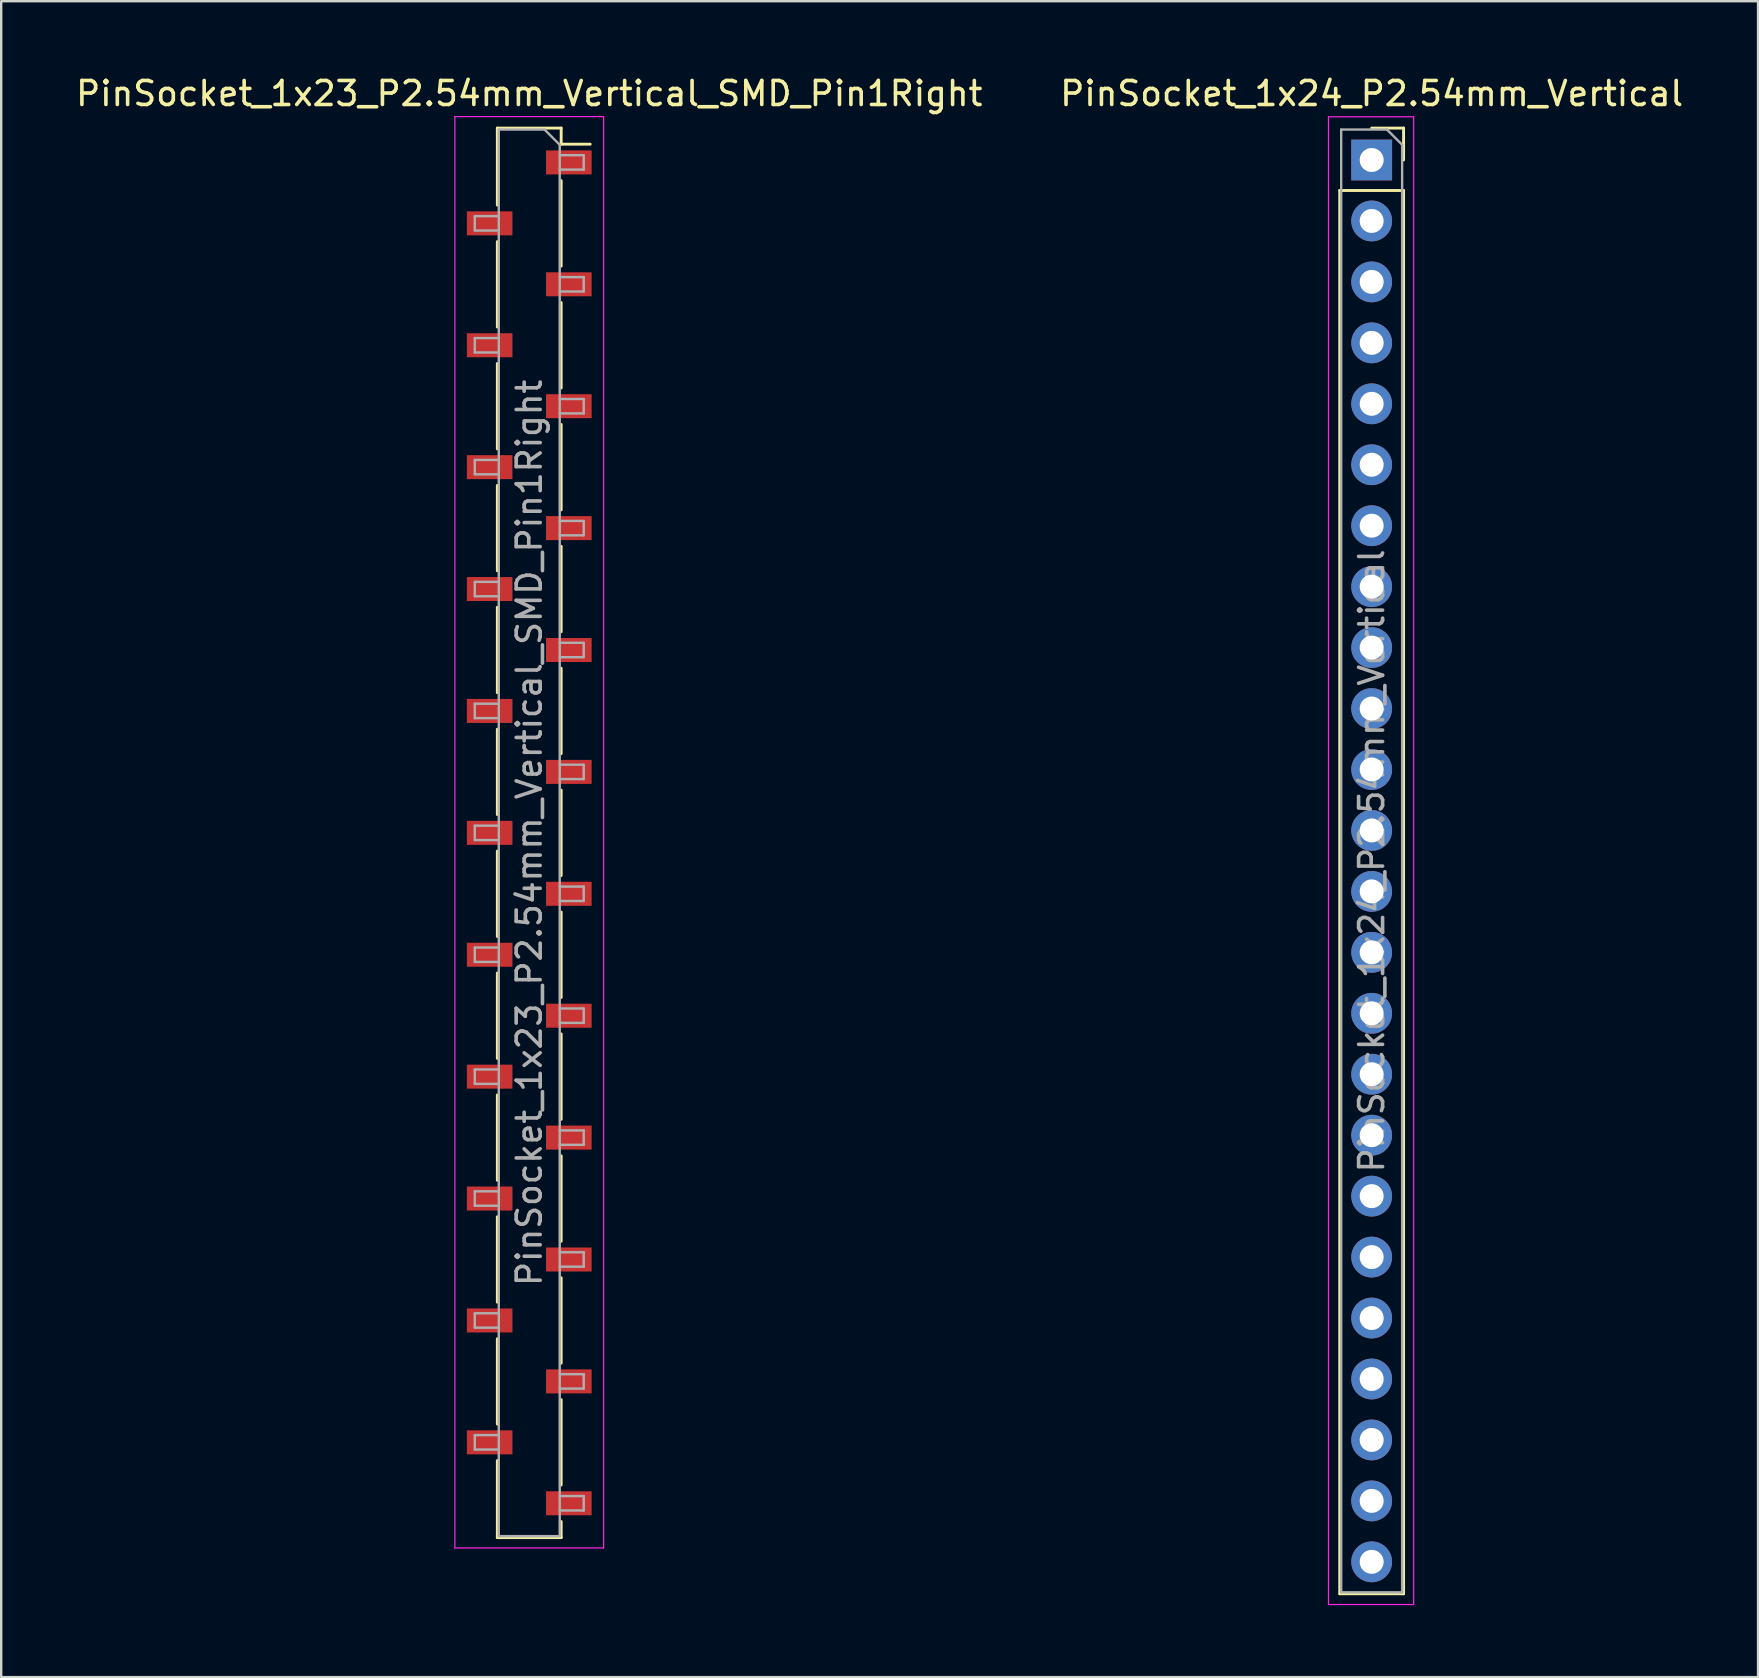
<source format=kicad_pcb>
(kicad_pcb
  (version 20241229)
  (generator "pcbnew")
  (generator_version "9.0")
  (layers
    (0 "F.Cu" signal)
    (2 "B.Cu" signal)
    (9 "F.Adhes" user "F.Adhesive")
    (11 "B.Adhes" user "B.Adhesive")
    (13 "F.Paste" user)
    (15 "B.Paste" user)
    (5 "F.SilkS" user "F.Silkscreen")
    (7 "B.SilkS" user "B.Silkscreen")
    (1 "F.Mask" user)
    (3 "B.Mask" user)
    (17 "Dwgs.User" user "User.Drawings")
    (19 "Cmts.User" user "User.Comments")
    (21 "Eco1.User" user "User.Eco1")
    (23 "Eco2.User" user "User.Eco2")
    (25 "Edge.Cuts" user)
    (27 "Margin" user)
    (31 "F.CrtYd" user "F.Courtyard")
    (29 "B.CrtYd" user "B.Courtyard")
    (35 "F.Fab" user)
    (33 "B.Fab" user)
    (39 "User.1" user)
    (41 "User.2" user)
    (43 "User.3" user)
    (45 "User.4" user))
  (footprint "PinSocket_1x23_P2.54mm_Vertical_SMD_Pin1Right"
    (layer "F.Cu")
    (at 19.006 31.658)
    (property "Reference" "PinSocket_1x23_P2.54mm_Vertical_SMD_Pin1Right" (at 0 -30.81 0) (layer "F.SilkS") (effects (font (size 1 1) (thickness 0.15))))
    (attr smd)
    (fp_line (start -1.33 -29.37) (end -1.33 -26.16) (stroke (width 0.12) (type solid)) (layer "F.SilkS"))
    (fp_line (start -1.33 -29.37) (end 1.33 -29.37) (stroke (width 0.12) (type solid)) (layer "F.SilkS"))
    (fp_line (start -1.33 -24.64) (end -1.33 -21.08) (stroke (width 0.12) (type solid)) (layer "F.SilkS"))
    (fp_line (start -1.33 -19.56) (end -1.33 -16) (stroke (width 0.12) (type solid)) (layer "F.SilkS"))
    (fp_line (start -1.33 -14.48) (end -1.33 -10.92) (stroke (width 0.12) (type solid)) (layer "F.SilkS"))
    (fp_line (start -1.33 -9.4) (end -1.33 -5.84) (stroke (width 0.12) (type solid)) (layer "F.SilkS"))
    (fp_line (start -1.33 -4.32) (end -1.33 -0.76) (stroke (width 0.12) (type solid)) (layer "F.SilkS"))
    (fp_line (start -1.33 0.76) (end -1.33 4.32) (stroke (width 0.12) (type solid)) (layer "F.SilkS"))
    (fp_line (start -1.33 5.84) (end -1.33 9.4) (stroke (width 0.12) (type solid)) (layer "F.SilkS"))
    (fp_line (start -1.33 10.92) (end -1.33 14.48) (stroke (width 0.12) (type solid)) (layer "F.SilkS"))
    (fp_line (start -1.33 16) (end -1.33 19.56) (stroke (width 0.12) (type solid)) (layer "F.SilkS"))
    (fp_line (start -1.33 21.08) (end -1.33 24.64) (stroke (width 0.12) (type solid)) (layer "F.SilkS"))
    (fp_line (start -1.33 26.16) (end -1.33 29.37) (stroke (width 0.12) (type solid)) (layer "F.SilkS"))
    (fp_line (start -1.33 29.37) (end 1.33 29.37) (stroke (width 0.12) (type solid)) (layer "F.SilkS"))
    (fp_line (start 1.33 -29.37) (end 1.33 -28.7) (stroke (width 0.12) (type solid)) (layer "F.SilkS"))
    (fp_line (start 1.33 -28.7) (end 2.54 -28.7) (stroke (width 0.12) (type solid)) (layer "F.SilkS"))
    (fp_line (start 1.33 -27.18) (end 1.33 -23.62) (stroke (width 0.12) (type solid)) (layer "F.SilkS"))
    (fp_line (start 1.33 -22.1) (end 1.33 -18.54) (stroke (width 0.12) (type solid)) (layer "F.SilkS"))
    (fp_line (start 1.33 -17.02) (end 1.33 -13.46) (stroke (width 0.12) (type solid)) (layer "F.SilkS"))
    (fp_line (start 1.33 -11.94) (end 1.33 -8.38) (stroke (width 0.12) (type solid)) (layer "F.SilkS"))
    (fp_line (start 1.33 -6.86) (end 1.33 -3.3) (stroke (width 0.12) (type solid)) (layer "F.SilkS"))
    (fp_line (start 1.33 -1.78) (end 1.33 1.78) (stroke (width 0.12) (type solid)) (layer "F.SilkS"))
    (fp_line (start 1.33 3.3) (end 1.33 6.86) (stroke (width 0.12) (type solid)) (layer "F.SilkS"))
    (fp_line (start 1.33 8.38) (end 1.33 11.94) (stroke (width 0.12) (type solid)) (layer "F.SilkS"))
    (fp_line (start 1.33 13.46) (end 1.33 17.02) (stroke (width 0.12) (type solid)) (layer "F.SilkS"))
    (fp_line (start 1.33 18.54) (end 1.33 22.1) (stroke (width 0.12) (type solid)) (layer "F.SilkS"))
    (fp_line (start 1.33 23.62) (end 1.33 27.18) (stroke (width 0.12) (type solid)) (layer "F.SilkS"))
    (fp_line (start 1.33 28.7) (end 1.33 29.37) (stroke (width 0.12) (type solid)) (layer "F.SilkS"))
    (fp_line (start -3.1 -29.85) (end 3.1 -29.85) (stroke (width 0.05) (type solid)) (layer "F.CrtYd"))
    (fp_line (start -3.1 29.8) (end -3.1 -29.85) (stroke (width 0.05) (type solid)) (layer "F.CrtYd"))
    (fp_line (start 3.1 -29.85) (end 3.1 29.8) (stroke (width 0.05) (type solid)) (layer "F.CrtYd"))
    (fp_line (start 3.1 29.8) (end -3.1 29.8) (stroke (width 0.05) (type solid)) (layer "F.CrtYd"))
    (fp_line (start -2.27 -25.7) (end -1.27 -25.7) (stroke (width 0.1) (type solid)) (layer "F.Fab"))
    (fp_line (start -2.27 -25.1) (end -2.27 -25.7) (stroke (width 0.1) (type solid)) (layer "F.Fab"))
    (fp_line (start -2.27 -20.62) (end -1.27 -20.62) (stroke (width 0.1) (type solid)) (layer "F.Fab"))
    (fp_line (start -2.27 -20.02) (end -2.27 -20.62) (stroke (width 0.1) (type solid)) (layer "F.Fab"))
    (fp_line (start -2.27 -15.54) (end -1.27 -15.54) (stroke (width 0.1) (type solid)) (layer "F.Fab"))
    (fp_line (start -2.27 -14.94) (end -2.27 -15.54) (stroke (width 0.1) (type solid)) (layer "F.Fab"))
    (fp_line (start -2.27 -10.46) (end -1.27 -10.46) (stroke (width 0.1) (type solid)) (layer "F.Fab"))
    (fp_line (start -2.27 -9.86) (end -2.27 -10.46) (stroke (width 0.1) (type solid)) (layer "F.Fab"))
    (fp_line (start -2.27 -5.38) (end -1.27 -5.38) (stroke (width 0.1) (type solid)) (layer "F.Fab"))
    (fp_line (start -2.27 -4.78) (end -2.27 -5.38) (stroke (width 0.1) (type solid)) (layer "F.Fab"))
    (fp_line (start -2.27 -0.3) (end -1.27 -0.3) (stroke (width 0.1) (type solid)) (layer "F.Fab"))
    (fp_line (start -2.27 0.3) (end -2.27 -0.3) (stroke (width 0.1) (type solid)) (layer "F.Fab"))
    (fp_line (start -2.27 4.78) (end -1.27 4.78) (stroke (width 0.1) (type solid)) (layer "F.Fab"))
    (fp_line (start -2.27 5.38) (end -2.27 4.78) (stroke (width 0.1) (type solid)) (layer "F.Fab"))
    (fp_line (start -2.27 9.86) (end -1.27 9.86) (stroke (width 0.1) (type solid)) (layer "F.Fab"))
    (fp_line (start -2.27 10.46) (end -2.27 9.86) (stroke (width 0.1) (type solid)) (layer "F.Fab"))
    (fp_line (start -2.27 14.94) (end -1.27 14.94) (stroke (width 0.1) (type solid)) (layer "F.Fab"))
    (fp_line (start -2.27 15.54) (end -2.27 14.94) (stroke (width 0.1) (type solid)) (layer "F.Fab"))
    (fp_line (start -2.27 20.02) (end -1.27 20.02) (stroke (width 0.1) (type solid)) (layer "F.Fab"))
    (fp_line (start -2.27 20.62) (end -2.27 20.02) (stroke (width 0.1) (type solid)) (layer "F.Fab"))
    (fp_line (start -2.27 25.1) (end -1.27 25.1) (stroke (width 0.1) (type solid)) (layer "F.Fab"))
    (fp_line (start -2.27 25.7) (end -2.27 25.1) (stroke (width 0.1) (type solid)) (layer "F.Fab"))
    (fp_line (start -1.27 -29.31) (end 0.635 -29.31) (stroke (width 0.1) (type solid)) (layer "F.Fab"))
    (fp_line (start -1.27 -25.1) (end -2.27 -25.1) (stroke (width 0.1) (type solid)) (layer "F.Fab"))
    (fp_line (start -1.27 -20.02) (end -2.27 -20.02) (stroke (width 0.1) (type solid)) (layer "F.Fab"))
    (fp_line (start -1.27 -14.94) (end -2.27 -14.94) (stroke (width 0.1) (type solid)) (layer "F.Fab"))
    (fp_line (start -1.27 -9.86) (end -2.27 -9.86) (stroke (width 0.1) (type solid)) (layer "F.Fab"))
    (fp_line (start -1.27 -4.78) (end -2.27 -4.78) (stroke (width 0.1) (type solid)) (layer "F.Fab"))
    (fp_line (start -1.27 0.3) (end -2.27 0.3) (stroke (width 0.1) (type solid)) (layer "F.Fab"))
    (fp_line (start -1.27 5.38) (end -2.27 5.38) (stroke (width 0.1) (type solid)) (layer "F.Fab"))
    (fp_line (start -1.27 10.46) (end -2.27 10.46) (stroke (width 0.1) (type solid)) (layer "F.Fab"))
    (fp_line (start -1.27 15.54) (end -2.27 15.54) (stroke (width 0.1) (type solid)) (layer "F.Fab"))
    (fp_line (start -1.27 20.62) (end -2.27 20.62) (stroke (width 0.1) (type solid)) (layer "F.Fab"))
    (fp_line (start -1.27 25.7) (end -2.27 25.7) (stroke (width 0.1) (type solid)) (layer "F.Fab"))
    (fp_line (start -1.27 29.31) (end -1.27 -29.31) (stroke (width 0.1) (type solid)) (layer "F.Fab"))
    (fp_line (start 0.635 -29.31) (end 1.27 -28.675) (stroke (width 0.1) (type solid)) (layer "F.Fab"))
    (fp_line (start 1.27 -28.675) (end 1.27 29.31) (stroke (width 0.1) (type solid)) (layer "F.Fab"))
    (fp_line (start 1.27 -28.24) (end 2.27 -28.24) (stroke (width 0.1) (type solid)) (layer "F.Fab"))
    (fp_line (start 1.27 -23.16) (end 2.27 -23.16) (stroke (width 0.1) (type solid)) (layer "F.Fab"))
    (fp_line (start 1.27 -18.08) (end 2.27 -18.08) (stroke (width 0.1) (type solid)) (layer "F.Fab"))
    (fp_line (start 1.27 -13) (end 2.27 -13) (stroke (width 0.1) (type solid)) (layer "F.Fab"))
    (fp_line (start 1.27 -7.92) (end 2.27 -7.92) (stroke (width 0.1) (type solid)) (layer "F.Fab"))
    (fp_line (start 1.27 -2.84) (end 2.27 -2.84) (stroke (width 0.1) (type solid)) (layer "F.Fab"))
    (fp_line (start 1.27 2.24) (end 2.27 2.24) (stroke (width 0.1) (type solid)) (layer "F.Fab"))
    (fp_line (start 1.27 7.32) (end 2.27 7.32) (stroke (width 0.1) (type solid)) (layer "F.Fab"))
    (fp_line (start 1.27 12.4) (end 2.27 12.4) (stroke (width 0.1) (type solid)) (layer "F.Fab"))
    (fp_line (start 1.27 17.48) (end 2.27 17.48) (stroke (width 0.1) (type solid)) (layer "F.Fab"))
    (fp_line (start 1.27 22.56) (end 2.27 22.56) (stroke (width 0.1) (type solid)) (layer "F.Fab"))
    (fp_line (start 1.27 27.64) (end 2.27 27.64) (stroke (width 0.1) (type solid)) (layer "F.Fab"))
    (fp_line (start 1.27 29.31) (end -1.27 29.31) (stroke (width 0.1) (type solid)) (layer "F.Fab"))
    (fp_line (start 2.27 -28.24) (end 2.27 -27.64) (stroke (width 0.1) (type solid)) (layer "F.Fab"))
    (fp_line (start 2.27 -27.64) (end 1.27 -27.64) (stroke (width 0.1) (type solid)) (layer "F.Fab"))
    (fp_line (start 2.27 -23.16) (end 2.27 -22.56) (stroke (width 0.1) (type solid)) (layer "F.Fab"))
    (fp_line (start 2.27 -22.56) (end 1.27 -22.56) (stroke (width 0.1) (type solid)) (layer "F.Fab"))
    (fp_line (start 2.27 -18.08) (end 2.27 -17.48) (stroke (width 0.1) (type solid)) (layer "F.Fab"))
    (fp_line (start 2.27 -17.48) (end 1.27 -17.48) (stroke (width 0.1) (type solid)) (layer "F.Fab"))
    (fp_line (start 2.27 -13) (end 2.27 -12.4) (stroke (width 0.1) (type solid)) (layer "F.Fab"))
    (fp_line (start 2.27 -12.4) (end 1.27 -12.4) (stroke (width 0.1) (type solid)) (layer "F.Fab"))
    (fp_line (start 2.27 -7.92) (end 2.27 -7.32) (stroke (width 0.1) (type solid)) (layer "F.Fab"))
    (fp_line (start 2.27 -7.32) (end 1.27 -7.32) (stroke (width 0.1) (type solid)) (layer "F.Fab"))
    (fp_line (start 2.27 -2.84) (end 2.27 -2.24) (stroke (width 0.1) (type solid)) (layer "F.Fab"))
    (fp_line (start 2.27 -2.24) (end 1.27 -2.24) (stroke (width 0.1) (type solid)) (layer "F.Fab"))
    (fp_line (start 2.27 2.24) (end 2.27 2.84) (stroke (width 0.1) (type solid)) (layer "F.Fab"))
    (fp_line (start 2.27 2.84) (end 1.27 2.84) (stroke (width 0.1) (type solid)) (layer "F.Fab"))
    (fp_line (start 2.27 7.32) (end 2.27 7.92) (stroke (width 0.1) (type solid)) (layer "F.Fab"))
    (fp_line (start 2.27 7.92) (end 1.27 7.92) (stroke (width 0.1) (type solid)) (layer "F.Fab"))
    (fp_line (start 2.27 12.4) (end 2.27 13) (stroke (width 0.1) (type solid)) (layer "F.Fab"))
    (fp_line (start 2.27 13) (end 1.27 13) (stroke (width 0.1) (type solid)) (layer "F.Fab"))
    (fp_line (start 2.27 17.48) (end 2.27 18.08) (stroke (width 0.1) (type solid)) (layer "F.Fab"))
    (fp_line (start 2.27 18.08) (end 1.27 18.08) (stroke (width 0.1) (type solid)) (layer "F.Fab"))
    (fp_line (start 2.27 22.56) (end 2.27 23.16) (stroke (width 0.1) (type solid)) (layer "F.Fab"))
    (fp_line (start 2.27 23.16) (end 1.27 23.16) (stroke (width 0.1) (type solid)) (layer "F.Fab"))
    (fp_line (start 2.27 27.64) (end 2.27 28.24) (stroke (width 0.1) (type solid)) (layer "F.Fab"))
    (fp_line (start 2.27 28.24) (end 1.27 28.24) (stroke (width 0.1) (type solid)) (layer "F.Fab"))
    (fp_text user "${REFERENCE}" (at 0 0 90) (layer "F.Fab") (effects (font (size 1 1) (thickness 0.15))))
    (pad "1" smd rect (at 1.65 -27.94) (size 1.9 1) (layers "F.Cu" "F.Mask" "F.Paste"))
    (pad "2" smd rect (at -1.65 -25.4) (size 1.9 1) (layers "F.Cu" "F.Mask" "F.Paste"))
    (pad "3" smd rect (at 1.65 -22.86) (size 1.9 1) (layers "F.Cu" "F.Mask" "F.Paste"))
    (pad "4" smd rect (at -1.65 -20.32) (size 1.9 1) (layers "F.Cu" "F.Mask" "F.Paste"))
    (pad "5" smd rect (at 1.65 -17.78) (size 1.9 1) (layers "F.Cu" "F.Mask" "F.Paste"))
    (pad "6" smd rect (at -1.65 -15.24) (size 1.9 1) (layers "F.Cu" "F.Mask" "F.Paste"))
    (pad "7" smd rect (at 1.65 -12.7) (size 1.9 1) (layers "F.Cu" "F.Mask" "F.Paste"))
    (pad "8" smd rect (at -1.65 -10.16) (size 1.9 1) (layers "F.Cu" "F.Mask" "F.Paste"))
    (pad "9" smd rect (at 1.65 -7.62) (size 1.9 1) (layers "F.Cu" "F.Mask" "F.Paste"))
    (pad "10" smd rect (at -1.65 -5.08) (size 1.9 1) (layers "F.Cu" "F.Mask" "F.Paste"))
    (pad "11" smd rect (at 1.65 -2.54) (size 1.9 1) (layers "F.Cu" "F.Mask" "F.Paste"))
    (pad "12" smd rect (at -1.65 0) (size 1.9 1) (layers "F.Cu" "F.Mask" "F.Paste"))
    (pad "13" smd rect (at 1.65 2.54) (size 1.9 1) (layers "F.Cu" "F.Mask" "F.Paste"))
    (pad "14" smd rect (at -1.65 5.08) (size 1.9 1) (layers "F.Cu" "F.Mask" "F.Paste"))
    (pad "15" smd rect (at 1.65 7.62) (size 1.9 1) (layers "F.Cu" "F.Mask" "F.Paste"))
    (pad "16" smd rect (at -1.65 10.16) (size 1.9 1) (layers "F.Cu" "F.Mask" "F.Paste"))
    (pad "17" smd rect (at 1.65 12.7) (size 1.9 1) (layers "F.Cu" "F.Mask" "F.Paste"))
    (pad "18" smd rect (at -1.65 15.24) (size 1.9 1) (layers "F.Cu" "F.Mask" "F.Paste"))
    (pad "19" smd rect (at 1.65 17.78) (size 1.9 1) (layers "F.Cu" "F.Mask" "F.Paste"))
    (pad "20" smd rect (at -1.65 20.32) (size 1.9 1) (layers "F.Cu" "F.Mask" "F.Paste"))
    (pad "21" smd rect (at 1.65 22.86) (size 1.9 1) (layers "F.Cu" "F.Mask" "F.Paste"))
    (pad "22" smd rect (at -1.65 25.4) (size 1.9 1) (layers "F.Cu" "F.Mask" "F.Paste"))
    (pad "23" smd rect (at 1.65 27.94) (size 1.9 1) (layers "F.Cu" "F.Mask" "F.Paste")))
  (footprint "PinSocket_1x24_P2.54mm_Vertical"
    (layer "F.Cu")
    (at 54.113 3.618)
    (property "Reference" "PinSocket_1x24_P2.54mm_Vertical" (at 0 -2.77 0) (layer "F.SilkS") (effects (font (size 1 1) (thickness 0.15))))
    (attr through_hole)
    (fp_line (start -1.33 1.27) (end -1.33 59.75) (stroke (width 0.12) (type solid)) (layer "F.SilkS"))
    (fp_line (start -1.33 1.27) (end 1.33 1.27) (stroke (width 0.12) (type solid)) (layer "F.SilkS"))
    (fp_line (start -1.33 59.75) (end 1.33 59.75) (stroke (width 0.12) (type solid)) (layer "F.SilkS"))
    (fp_line (start 0 -1.33) (end 1.33 -1.33) (stroke (width 0.12) (type solid)) (layer "F.SilkS"))
    (fp_line (start 1.33 -1.33) (end 1.33 0) (stroke (width 0.12) (type solid)) (layer "F.SilkS"))
    (fp_line (start 1.33 1.27) (end 1.33 59.75) (stroke (width 0.12) (type solid)) (layer "F.SilkS"))
    (fp_line (start -1.8 -1.8) (end 1.75 -1.8) (stroke (width 0.05) (type solid)) (layer "F.CrtYd"))
    (fp_line (start -1.8 60.2) (end -1.8 -1.8) (stroke (width 0.05) (type solid)) (layer "F.CrtYd"))
    (fp_line (start 1.75 -1.8) (end 1.75 60.2) (stroke (width 0.05) (type solid)) (layer "F.CrtYd"))
    (fp_line (start 1.75 60.2) (end -1.8 60.2) (stroke (width 0.05) (type solid)) (layer "F.CrtYd"))
    (fp_line (start -1.27 -1.27) (end 0.635 -1.27) (stroke (width 0.1) (type solid)) (layer "F.Fab"))
    (fp_line (start -1.27 59.69) (end -1.27 -1.27) (stroke (width 0.1) (type solid)) (layer "F.Fab"))
    (fp_line (start 0.635 -1.27) (end 1.27 -0.635) (stroke (width 0.1) (type solid)) (layer "F.Fab"))
    (fp_line (start 1.27 -0.635) (end 1.27 59.69) (stroke (width 0.1) (type solid)) (layer "F.Fab"))
    (fp_line (start 1.27 59.69) (end -1.27 59.69) (stroke (width 0.1) (type solid)) (layer "F.Fab"))
    (fp_text user "${REFERENCE}" (at 0 29.21 90) (layer "F.Fab") (effects (font (size 1 1) (thickness 0.15))))
    (pad "1" thru_hole rect (at 0 0) (size 1.7 1.7) (drill 1) (layers "*.Cu" "*.Mask"))
    (pad "2" thru_hole oval (at 0 2.54) (size 1.7 1.7) (drill 1) (layers "*.Cu" "*.Mask"))
    (pad "3" thru_hole oval (at 0 5.08) (size 1.7 1.7) (drill 1) (layers "*.Cu" "*.Mask"))
    (pad "4" thru_hole oval (at 0 7.62) (size 1.7 1.7) (drill 1) (layers "*.Cu" "*.Mask"))
    (pad "5" thru_hole oval (at 0 10.16) (size 1.7 1.7) (drill 1) (layers "*.Cu" "*.Mask"))
    (pad "6" thru_hole oval (at 0 12.7) (size 1.7 1.7) (drill 1) (layers "*.Cu" "*.Mask"))
    (pad "7" thru_hole oval (at 0 15.24) (size 1.7 1.7) (drill 1) (layers "*.Cu" "*.Mask"))
    (pad "8" thru_hole oval (at 0 17.78) (size 1.7 1.7) (drill 1) (layers "*.Cu" "*.Mask"))
    (pad "9" thru_hole oval (at 0 20.32) (size 1.7 1.7) (drill 1) (layers "*.Cu" "*.Mask"))
    (pad "10" thru_hole oval (at 0 22.86) (size 1.7 1.7) (drill 1) (layers "*.Cu" "*.Mask"))
    (pad "11" thru_hole oval (at 0 25.4) (size 1.7 1.7) (drill 1) (layers "*.Cu" "*.Mask"))
    (pad "12" thru_hole oval (at 0 27.94) (size 1.7 1.7) (drill 1) (layers "*.Cu" "*.Mask"))
    (pad "13" thru_hole oval (at 0 30.48) (size 1.7 1.7) (drill 1) (layers "*.Cu" "*.Mask"))
    (pad "14" thru_hole oval (at 0 33.02) (size 1.7 1.7) (drill 1) (layers "*.Cu" "*.Mask"))
    (pad "15" thru_hole oval (at 0 35.56) (size 1.7 1.7) (drill 1) (layers "*.Cu" "*.Mask"))
    (pad "16" thru_hole oval (at 0 38.1) (size 1.7 1.7) (drill 1) (layers "*.Cu" "*.Mask"))
    (pad "17" thru_hole oval (at 0 40.64) (size 1.7 1.7) (drill 1) (layers "*.Cu" "*.Mask"))
    (pad "18" thru_hole oval (at 0 43.18) (size 1.7 1.7) (drill 1) (layers "*.Cu" "*.Mask"))
    (pad "19" thru_hole oval (at 0 45.72) (size 1.7 1.7) (drill 1) (layers "*.Cu" "*.Mask"))
    (pad "20" thru_hole oval (at 0 48.26) (size 1.7 1.7) (drill 1) (layers "*.Cu" "*.Mask"))
    (pad "21" thru_hole oval (at 0 50.8) (size 1.7 1.7) (drill 1) (layers "*.Cu" "*.Mask"))
    (pad "22" thru_hole oval (at 0 53.34) (size 1.7 1.7) (drill 1) (layers "*.Cu" "*.Mask"))
    (pad "23" thru_hole oval (at 0 55.88) (size 1.7 1.7) (drill 1) (layers "*.Cu" "*.Mask"))
    (pad "24" thru_hole oval (at 0 58.42) (size 1.7 1.7) (drill 1) (layers "*.Cu" "*.Mask")))
  (gr_rect
    (start -3 -3)
    (end 70.214 66.843)
    (stroke (width 0.1) (type default))
    (fill no)
    (layer "Edge.Cuts")))
</source>
